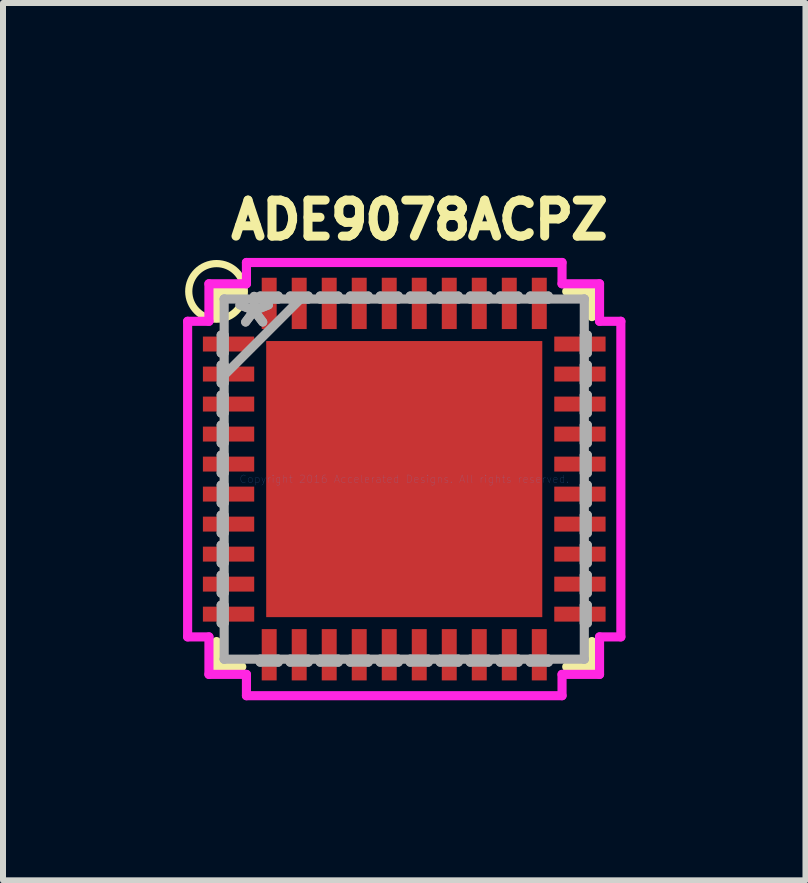
<source format=kicad_pcb>
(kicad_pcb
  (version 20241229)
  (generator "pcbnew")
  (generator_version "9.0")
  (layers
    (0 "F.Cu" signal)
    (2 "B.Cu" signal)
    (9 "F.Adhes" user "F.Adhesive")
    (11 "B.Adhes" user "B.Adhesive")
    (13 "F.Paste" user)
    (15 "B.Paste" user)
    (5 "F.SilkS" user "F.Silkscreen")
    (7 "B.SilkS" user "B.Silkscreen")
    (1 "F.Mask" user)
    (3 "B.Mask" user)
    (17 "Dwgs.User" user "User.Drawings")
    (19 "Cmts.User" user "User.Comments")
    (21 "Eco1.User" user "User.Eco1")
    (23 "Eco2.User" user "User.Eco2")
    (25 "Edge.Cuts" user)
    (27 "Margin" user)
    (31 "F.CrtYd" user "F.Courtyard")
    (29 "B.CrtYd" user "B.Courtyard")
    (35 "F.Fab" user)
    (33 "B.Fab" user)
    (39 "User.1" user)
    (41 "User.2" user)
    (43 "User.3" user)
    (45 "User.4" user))
  (footprint "ADE9078ACPZ"
    (layer "F.Cu")
    (at 3.685 4.932)
    (property "Reference" "ADE9078ACPZ" (at 0.254 -4.318 0) (layer "F.SilkS") (effects (font (size 0.6 0.6) (thickness 0.15))))
    (attr smd)
    (fp_line (start -3.127 -3.127) (end -3.127 -2.707) (stroke (width 0.152) (type solid)) (layer "F.SilkS"))
    (fp_line (start -3.127 2.707) (end -3.127 3.127) (stroke (width 0.152) (type solid)) (layer "F.SilkS"))
    (fp_line (start -3.127 3.127) (end -2.707 3.127) (stroke (width 0.152) (type solid)) (layer "F.SilkS"))
    (fp_line (start -2.707 -3.127) (end -3.127 -3.127) (stroke (width 0.152) (type solid)) (layer "F.SilkS"))
    (fp_line (start 2.707 3.127) (end 3.127 3.127) (stroke (width 0.152) (type solid)) (layer "F.SilkS"))
    (fp_line (start 3.127 -3.127) (end 2.707 -3.127) (stroke (width 0.152) (type solid)) (layer "F.SilkS"))
    (fp_line (start 3.127 -2.707) (end 3.127 -3.127) (stroke (width 0.152) (type solid)) (layer "F.SilkS"))
    (fp_line (start 3.127 3.127) (end 3.127 2.707) (stroke (width 0.152) (type solid)) (layer "F.SilkS"))
    (fp_circle (center -3.127 -3.127) (end -3.556 -3.302) (stroke (width 0.12) (type solid)) (fill no) (layer "F.SilkS"))
    (fp_line (start -2.2 -2.2) (end -2.2 -0.867) (stroke (width 0.152) (type solid)) (layer "F.Paste"))
    (fp_line (start -2.2 -0.867) (end -0.867 -0.867) (stroke (width 0.152) (type solid)) (layer "F.Paste"))
    (fp_line (start -2.2 -0.667) (end -2.2 0.667) (stroke (width 0.152) (type solid)) (layer "F.Paste"))
    (fp_line (start -2.2 0.667) (end -0.867 0.667) (stroke (width 0.152) (type solid)) (layer "F.Paste"))
    (fp_line (start -2.2 0.867) (end -2.2 2.2) (stroke (width 0.152) (type solid)) (layer "F.Paste"))
    (fp_line (start -2.2 2.2) (end -0.867 2.2) (stroke (width 0.152) (type solid)) (layer "F.Paste"))
    (fp_line (start -0.867 -2.2) (end -2.2 -2.2) (stroke (width 0.152) (type solid)) (layer "F.Paste"))
    (fp_line (start -0.867 -0.867) (end -0.867 -2.2) (stroke (width 0.152) (type solid)) (layer "F.Paste"))
    (fp_line (start -0.867 -0.667) (end -2.2 -0.667) (stroke (width 0.152) (type solid)) (layer "F.Paste"))
    (fp_line (start -0.867 0.667) (end -0.867 -0.667) (stroke (width 0.152) (type solid)) (layer "F.Paste"))
    (fp_line (start -0.867 0.867) (end -2.2 0.867) (stroke (width 0.152) (type solid)) (layer "F.Paste"))
    (fp_line (start -0.867 2.2) (end -0.867 0.867) (stroke (width 0.152) (type solid)) (layer "F.Paste"))
    (fp_line (start -0.667 -2.2) (end -0.667 -0.867) (stroke (width 0.152) (type solid)) (layer "F.Paste"))
    (fp_line (start -0.667 -0.867) (end 0.667 -0.867) (stroke (width 0.152) (type solid)) (layer "F.Paste"))
    (fp_line (start -0.667 -0.667) (end -0.667 0.667) (stroke (width 0.152) (type solid)) (layer "F.Paste"))
    (fp_line (start -0.667 0.667) (end 0.667 0.667) (stroke (width 0.152) (type solid)) (layer "F.Paste"))
    (fp_line (start -0.667 0.867) (end -0.667 2.2) (stroke (width 0.152) (type solid)) (layer "F.Paste"))
    (fp_line (start -0.667 2.2) (end 0.667 2.2) (stroke (width 0.152) (type solid)) (layer "F.Paste"))
    (fp_line (start 0.667 -2.2) (end -0.667 -2.2) (stroke (width 0.152) (type solid)) (layer "F.Paste"))
    (fp_line (start 0.667 -0.867) (end 0.667 -2.2) (stroke (width 0.152) (type solid)) (layer "F.Paste"))
    (fp_line (start 0.667 -0.667) (end -0.667 -0.667) (stroke (width 0.152) (type solid)) (layer "F.Paste"))
    (fp_line (start 0.667 0.667) (end 0.667 -0.667) (stroke (width 0.152) (type solid)) (layer "F.Paste"))
    (fp_line (start 0.667 0.867) (end -0.667 0.867) (stroke (width 0.152) (type solid)) (layer "F.Paste"))
    (fp_line (start 0.667 2.2) (end 0.667 0.867) (stroke (width 0.152) (type solid)) (layer "F.Paste"))
    (fp_line (start 0.867 -2.2) (end 0.867 -0.867) (stroke (width 0.152) (type solid)) (layer "F.Paste"))
    (fp_line (start 0.867 -0.867) (end 2.2 -0.867) (stroke (width 0.152) (type solid)) (layer "F.Paste"))
    (fp_line (start 0.867 -0.667) (end 0.867 0.667) (stroke (width 0.152) (type solid)) (layer "F.Paste"))
    (fp_line (start 0.867 0.667) (end 2.2 0.667) (stroke (width 0.152) (type solid)) (layer "F.Paste"))
    (fp_line (start 0.867 0.867) (end 0.867 2.2) (stroke (width 0.152) (type solid)) (layer "F.Paste"))
    (fp_line (start 0.867 2.2) (end 2.2 2.2) (stroke (width 0.152) (type solid)) (layer "F.Paste"))
    (fp_line (start 2.2 -2.2) (end 0.867 -2.2) (stroke (width 0.152) (type solid)) (layer "F.Paste"))
    (fp_line (start 2.2 -0.867) (end 2.2 -2.2) (stroke (width 0.152) (type solid)) (layer "F.Paste"))
    (fp_line (start 2.2 -0.667) (end 0.867 -0.667) (stroke (width 0.152) (type solid)) (layer "F.Paste"))
    (fp_line (start 2.2 0.667) (end 2.2 -0.667) (stroke (width 0.152) (type solid)) (layer "F.Paste"))
    (fp_line (start 2.2 0.867) (end 0.867 0.867) (stroke (width 0.152) (type solid)) (layer "F.Paste"))
    (fp_line (start 2.2 2.2) (end 2.2 0.867) (stroke (width 0.152) (type solid)) (layer "F.Paste"))
    (fp_line (start -3.609 -2.629) (end -3.254 -2.629) (stroke (width 0.152) (type solid)) (layer "F.CrtYd"))
    (fp_line (start -3.609 2.629) (end -3.609 -2.629) (stroke (width 0.152) (type solid)) (layer "F.CrtYd"))
    (fp_line (start -3.254 -3.254) (end -2.629 -3.254) (stroke (width 0.152) (type solid)) (layer "F.CrtYd"))
    (fp_line (start -3.254 -2.629) (end -3.254 -3.254) (stroke (width 0.152) (type solid)) (layer "F.CrtYd"))
    (fp_line (start -3.254 2.629) (end -3.609 2.629) (stroke (width 0.152) (type solid)) (layer "F.CrtYd"))
    (fp_line (start -3.254 3.254) (end -3.254 2.629) (stroke (width 0.152) (type solid)) (layer "F.CrtYd"))
    (fp_line (start -2.629 -3.609) (end 2.629 -3.609) (stroke (width 0.152) (type solid)) (layer "F.CrtYd"))
    (fp_line (start -2.629 -3.254) (end -2.629 -3.609) (stroke (width 0.152) (type solid)) (layer "F.CrtYd"))
    (fp_line (start -2.629 3.254) (end -3.254 3.254) (stroke (width 0.152) (type solid)) (layer "F.CrtYd"))
    (fp_line (start -2.629 3.609) (end -2.629 3.254) (stroke (width 0.152) (type solid)) (layer "F.CrtYd"))
    (fp_line (start 2.629 -3.609) (end 2.629 -3.254) (stroke (width 0.152) (type solid)) (layer "F.CrtYd"))
    (fp_line (start 2.629 -3.254) (end 3.254 -3.254) (stroke (width 0.152) (type solid)) (layer "F.CrtYd"))
    (fp_line (start 2.629 3.254) (end 2.629 3.609) (stroke (width 0.152) (type solid)) (layer "F.CrtYd"))
    (fp_line (start 2.629 3.609) (end -2.629 3.609) (stroke (width 0.152) (type solid)) (layer "F.CrtYd"))
    (fp_line (start 3.254 -3.254) (end 3.254 -2.629) (stroke (width 0.152) (type solid)) (layer "F.CrtYd"))
    (fp_line (start 3.254 -2.629) (end 3.609 -2.629) (stroke (width 0.152) (type solid)) (layer "F.CrtYd"))
    (fp_line (start 3.254 2.629) (end 3.254 3.254) (stroke (width 0.152) (type solid)) (layer "F.CrtYd"))
    (fp_line (start 3.254 3.254) (end 2.629 3.254) (stroke (width 0.152) (type solid)) (layer "F.CrtYd"))
    (fp_line (start 3.609 -2.629) (end 3.609 2.629) (stroke (width 0.152) (type solid)) (layer "F.CrtYd"))
    (fp_line (start 3.609 2.629) (end 3.254 2.629) (stroke (width 0.152) (type solid)) (layer "F.CrtYd"))
    (fp_line (start -3.05 -2.4) (end -3.05 -2.1) (stroke (width 0.152) (type solid)) (layer "F.Fab"))
    (fp_line (start -3.05 -2.1) (end -3 -2.1) (stroke (width 0.152) (type solid)) (layer "F.Fab"))
    (fp_line (start -3.05 -1.9) (end -3.05 -1.6) (stroke (width 0.152) (type solid)) (layer "F.Fab"))
    (fp_line (start -3.05 -1.6) (end -3 -1.6) (stroke (width 0.152) (type solid)) (layer "F.Fab"))
    (fp_line (start -3.05 -1.4) (end -3.05 -1.1) (stroke (width 0.152) (type solid)) (layer "F.Fab"))
    (fp_line (start -3.05 -1.1) (end -3 -1.1) (stroke (width 0.152) (type solid)) (layer "F.Fab"))
    (fp_line (start -3.05 -0.9) (end -3.05 -0.6) (stroke (width 0.152) (type solid)) (layer "F.Fab"))
    (fp_line (start -3.05 -0.6) (end -3 -0.6) (stroke (width 0.152) (type solid)) (layer "F.Fab"))
    (fp_line (start -3.05 -0.4) (end -3.05 -0.1) (stroke (width 0.152) (type solid)) (layer "F.Fab"))
    (fp_line (start -3.05 -0.1) (end -3 -0.1) (stroke (width 0.152) (type solid)) (layer "F.Fab"))
    (fp_line (start -3.05 0.1) (end -3.05 0.4) (stroke (width 0.152) (type solid)) (layer "F.Fab"))
    (fp_line (start -3.05 0.4) (end -3 0.4) (stroke (width 0.152) (type solid)) (layer "F.Fab"))
    (fp_line (start -3.05 0.6) (end -3.05 0.9) (stroke (width 0.152) (type solid)) (layer "F.Fab"))
    (fp_line (start -3.05 0.9) (end -3 0.9) (stroke (width 0.152) (type solid)) (layer "F.Fab"))
    (fp_line (start -3.05 1.1) (end -3.05 1.4) (stroke (width 0.152) (type solid)) (layer "F.Fab"))
    (fp_line (start -3.05 1.4) (end -3 1.4) (stroke (width 0.152) (type solid)) (layer "F.Fab"))
    (fp_line (start -3.05 1.6) (end -3.05 1.9) (stroke (width 0.152) (type solid)) (layer "F.Fab"))
    (fp_line (start -3.05 1.9) (end -3 1.9) (stroke (width 0.152) (type solid)) (layer "F.Fab"))
    (fp_line (start -3.05 2.1) (end -3.05 2.4) (stroke (width 0.152) (type solid)) (layer "F.Fab"))
    (fp_line (start -3.05 2.4) (end -3 2.4) (stroke (width 0.152) (type solid)) (layer "F.Fab"))
    (fp_line (start -3 -3) (end -3 -3) (stroke (width 0.152) (type solid)) (layer "F.Fab"))
    (fp_line (start -3 -3) (end -3 3) (stroke (width 0.152) (type solid)) (layer "F.Fab"))
    (fp_line (start -3 -2.4) (end -3.05 -2.4) (stroke (width 0.152) (type solid)) (layer "F.Fab"))
    (fp_line (start -3 -2.1) (end -3 -2.4) (stroke (width 0.152) (type solid)) (layer "F.Fab"))
    (fp_line (start -3 -1.9) (end -3.05 -1.9) (stroke (width 0.152) (type solid)) (layer "F.Fab"))
    (fp_line (start -3 -1.73) (end -1.73 -3) (stroke (width 0.152) (type solid)) (layer "F.Fab"))
    (fp_line (start -3 -1.6) (end -3 -1.9) (stroke (width 0.152) (type solid)) (layer "F.Fab"))
    (fp_line (start -3 -1.4) (end -3.05 -1.4) (stroke (width 0.152) (type solid)) (layer "F.Fab"))
    (fp_line (start -3 -1.1) (end -3 -1.4) (stroke (width 0.152) (type solid)) (layer "F.Fab"))
    (fp_line (start -3 -0.9) (end -3.05 -0.9) (stroke (width 0.152) (type solid)) (layer "F.Fab"))
    (fp_line (start -3 -0.6) (end -3 -0.9) (stroke (width 0.152) (type solid)) (layer "F.Fab"))
    (fp_line (start -3 -0.4) (end -3.05 -0.4) (stroke (width 0.152) (type solid)) (layer "F.Fab"))
    (fp_line (start -3 -0.1) (end -3 -0.4) (stroke (width 0.152) (type solid)) (layer "F.Fab"))
    (fp_line (start -3 0.1) (end -3.05 0.1) (stroke (width 0.152) (type solid)) (layer "F.Fab"))
    (fp_line (start -3 0.4) (end -3 0.1) (stroke (width 0.152) (type solid)) (layer "F.Fab"))
    (fp_line (start -3 0.6) (end -3.05 0.6) (stroke (width 0.152) (type solid)) (layer "F.Fab"))
    (fp_line (start -3 0.9) (end -3 0.6) (stroke (width 0.152) (type solid)) (layer "F.Fab"))
    (fp_line (start -3 1.1) (end -3.05 1.1) (stroke (width 0.152) (type solid)) (layer "F.Fab"))
    (fp_line (start -3 1.4) (end -3 1.1) (stroke (width 0.152) (type solid)) (layer "F.Fab"))
    (fp_line (start -3 1.6) (end -3.05 1.6) (stroke (width 0.152) (type solid)) (layer "F.Fab"))
    (fp_line (start -3 1.9) (end -3 1.6) (stroke (width 0.152) (type solid)) (layer "F.Fab"))
    (fp_line (start -3 2.1) (end -3.05 2.1) (stroke (width 0.152) (type solid)) (layer "F.Fab"))
    (fp_line (start -3 2.4) (end -3 2.1) (stroke (width 0.152) (type solid)) (layer "F.Fab"))
    (fp_line (start -3 3) (end -3 3) (stroke (width 0.152) (type solid)) (layer "F.Fab"))
    (fp_line (start -3 3) (end 3 3) (stroke (width 0.152) (type solid)) (layer "F.Fab"))
    (fp_line (start -2.4 -3.05) (end -2.4 -3) (stroke (width 0.152) (type solid)) (layer "F.Fab"))
    (fp_line (start -2.4 -3) (end -2.1 -3) (stroke (width 0.152) (type solid)) (layer "F.Fab"))
    (fp_line (start -2.4 3) (end -2.4 3.05) (stroke (width 0.152) (type solid)) (layer "F.Fab"))
    (fp_line (start -2.4 3.05) (end -2.1 3.05) (stroke (width 0.152) (type solid)) (layer "F.Fab"))
    (fp_line (start -2.1 -3.05) (end -2.4 -3.05) (stroke (width 0.152) (type solid)) (layer "F.Fab"))
    (fp_line (start -2.1 -3) (end -2.1 -3.05) (stroke (width 0.152) (type solid)) (layer "F.Fab"))
    (fp_line (start -2.1 3) (end -2.4 3) (stroke (width 0.152) (type solid)) (layer "F.Fab"))
    (fp_line (start -2.1 3.05) (end -2.1 3) (stroke (width 0.152) (type solid)) (layer "F.Fab"))
    (fp_line (start -1.9 -3.05) (end -1.9 -3) (stroke (width 0.152) (type solid)) (layer "F.Fab"))
    (fp_line (start -1.9 -3) (end -1.6 -3) (stroke (width 0.152) (type solid)) (layer "F.Fab"))
    (fp_line (start -1.9 3) (end -1.9 3.05) (stroke (width 0.152) (type solid)) (layer "F.Fab"))
    (fp_line (start -1.9 3.05) (end -1.6 3.05) (stroke (width 0.152) (type solid)) (layer "F.Fab"))
    (fp_line (start -1.6 -3.05) (end -1.9 -3.05) (stroke (width 0.152) (type solid)) (layer "F.Fab"))
    (fp_line (start -1.6 -3) (end -1.6 -3.05) (stroke (width 0.152) (type solid)) (layer "F.Fab"))
    (fp_line (start -1.6 3) (end -1.9 3) (stroke (width 0.152) (type solid)) (layer "F.Fab"))
    (fp_line (start -1.6 3.05) (end -1.6 3) (stroke (width 0.152) (type solid)) (layer "F.Fab"))
    (fp_line (start -1.4 -3.05) (end -1.4 -3) (stroke (width 0.152) (type solid)) (layer "F.Fab"))
    (fp_line (start -1.4 -3) (end -1.1 -3) (stroke (width 0.152) (type solid)) (layer "F.Fab"))
    (fp_line (start -1.4 3) (end -1.4 3.05) (stroke (width 0.152) (type solid)) (layer "F.Fab"))
    (fp_line (start -1.4 3.05) (end -1.1 3.05) (stroke (width 0.152) (type solid)) (layer "F.Fab"))
    (fp_line (start -1.1 -3.05) (end -1.4 -3.05) (stroke (width 0.152) (type solid)) (layer "F.Fab"))
    (fp_line (start -1.1 -3) (end -1.1 -3.05) (stroke (width 0.152) (type solid)) (layer "F.Fab"))
    (fp_line (start -1.1 3) (end -1.4 3) (stroke (width 0.152) (type solid)) (layer "F.Fab"))
    (fp_line (start -1.1 3.05) (end -1.1 3) (stroke (width 0.152) (type solid)) (layer "F.Fab"))
    (fp_line (start -0.9 -3.05) (end -0.9 -3) (stroke (width 0.152) (type solid)) (layer "F.Fab"))
    (fp_line (start -0.9 -3) (end -0.6 -3) (stroke (width 0.152) (type solid)) (layer "F.Fab"))
    (fp_line (start -0.9 3) (end -0.9 3.05) (stroke (width 0.152) (type solid)) (layer "F.Fab"))
    (fp_line (start -0.9 3.05) (end -0.6 3.05) (stroke (width 0.152) (type solid)) (layer "F.Fab"))
    (fp_line (start -0.6 -3.05) (end -0.9 -3.05) (stroke (width 0.152) (type solid)) (layer "F.Fab"))
    (fp_line (start -0.6 -3) (end -0.6 -3.05) (stroke (width 0.152) (type solid)) (layer "F.Fab"))
    (fp_line (start -0.6 3) (end -0.9 3) (stroke (width 0.152) (type solid)) (layer "F.Fab"))
    (fp_line (start -0.6 3.05) (end -0.6 3) (stroke (width 0.152) (type solid)) (layer "F.Fab"))
    (fp_line (start -0.4 -3.05) (end -0.4 -3) (stroke (width 0.152) (type solid)) (layer "F.Fab"))
    (fp_line (start -0.4 -3) (end -0.1 -3) (stroke (width 0.152) (type solid)) (layer "F.Fab"))
    (fp_line (start -0.4 3) (end -0.4 3.05) (stroke (width 0.152) (type solid)) (layer "F.Fab"))
    (fp_line (start -0.4 3.05) (end -0.1 3.05) (stroke (width 0.152) (type solid)) (layer "F.Fab"))
    (fp_line (start -0.1 -3.05) (end -0.4 -3.05) (stroke (width 0.152) (type solid)) (layer "F.Fab"))
    (fp_line (start -0.1 -3) (end -0.1 -3.05) (stroke (width 0.152) (type solid)) (layer "F.Fab"))
    (fp_line (start -0.1 3) (end -0.4 3) (stroke (width 0.152) (type solid)) (layer "F.Fab"))
    (fp_line (start -0.1 3.05) (end -0.1 3) (stroke (width 0.152) (type solid)) (layer "F.Fab"))
    (fp_line (start 0.1 -3.05) (end 0.1 -3) (stroke (width 0.152) (type solid)) (layer "F.Fab"))
    (fp_line (start 0.1 -3) (end 0.4 -3) (stroke (width 0.152) (type solid)) (layer "F.Fab"))
    (fp_line (start 0.1 3) (end 0.1 3.05) (stroke (width 0.152) (type solid)) (layer "F.Fab"))
    (fp_line (start 0.1 3.05) (end 0.4 3.05) (stroke (width 0.152) (type solid)) (layer "F.Fab"))
    (fp_line (start 0.4 -3.05) (end 0.1 -3.05) (stroke (width 0.152) (type solid)) (layer "F.Fab"))
    (fp_line (start 0.4 -3) (end 0.4 -3.05) (stroke (width 0.152) (type solid)) (layer "F.Fab"))
    (fp_line (start 0.4 3) (end 0.1 3) (stroke (width 0.152) (type solid)) (layer "F.Fab"))
    (fp_line (start 0.4 3.05) (end 0.4 3) (stroke (width 0.152) (type solid)) (layer "F.Fab"))
    (fp_line (start 0.6 -3.05) (end 0.6 -3) (stroke (width 0.152) (type solid)) (layer "F.Fab"))
    (fp_line (start 0.6 -3) (end 0.9 -3) (stroke (width 0.152) (type solid)) (layer "F.Fab"))
    (fp_line (start 0.6 3) (end 0.6 3.05) (stroke (width 0.152) (type solid)) (layer "F.Fab"))
    (fp_line (start 0.6 3.05) (end 0.9 3.05) (stroke (width 0.152) (type solid)) (layer "F.Fab"))
    (fp_line (start 0.9 -3.05) (end 0.6 -3.05) (stroke (width 0.152) (type solid)) (layer "F.Fab"))
    (fp_line (start 0.9 -3) (end 0.9 -3.05) (stroke (width 0.152) (type solid)) (layer "F.Fab"))
    (fp_line (start 0.9 3) (end 0.6 3) (stroke (width 0.152) (type solid)) (layer "F.Fab"))
    (fp_line (start 0.9 3.05) (end 0.9 3) (stroke (width 0.152) (type solid)) (layer "F.Fab"))
    (fp_line (start 1.1 -3.05) (end 1.1 -3) (stroke (width 0.152) (type solid)) (layer "F.Fab"))
    (fp_line (start 1.1 -3) (end 1.4 -3) (stroke (width 0.152) (type solid)) (layer "F.Fab"))
    (fp_line (start 1.1 3) (end 1.1 3.05) (stroke (width 0.152) (type solid)) (layer "F.Fab"))
    (fp_line (start 1.1 3.05) (end 1.4 3.05) (stroke (width 0.152) (type solid)) (layer "F.Fab"))
    (fp_line (start 1.4 -3.05) (end 1.1 -3.05) (stroke (width 0.152) (type solid)) (layer "F.Fab"))
    (fp_line (start 1.4 -3) (end 1.4 -3.05) (stroke (width 0.152) (type solid)) (layer "F.Fab"))
    (fp_line (start 1.4 3) (end 1.1 3) (stroke (width 0.152) (type solid)) (layer "F.Fab"))
    (fp_line (start 1.4 3.05) (end 1.4 3) (stroke (width 0.152) (type solid)) (layer "F.Fab"))
    (fp_line (start 1.6 -3.05) (end 1.6 -3) (stroke (width 0.152) (type solid)) (layer "F.Fab"))
    (fp_line (start 1.6 -3) (end 1.9 -3) (stroke (width 0.152) (type solid)) (layer "F.Fab"))
    (fp_line (start 1.6 3) (end 1.6 3.05) (stroke (width 0.152) (type solid)) (layer "F.Fab"))
    (fp_line (start 1.6 3.05) (end 1.9 3.05) (stroke (width 0.152) (type solid)) (layer "F.Fab"))
    (fp_line (start 1.9 -3.05) (end 1.6 -3.05) (stroke (width 0.152) (type solid)) (layer "F.Fab"))
    (fp_line (start 1.9 -3) (end 1.9 -3.05) (stroke (width 0.152) (type solid)) (layer "F.Fab"))
    (fp_line (start 1.9 3) (end 1.6 3) (stroke (width 0.152) (type solid)) (layer "F.Fab"))
    (fp_line (start 1.9 3.05) (end 1.9 3) (stroke (width 0.152) (type solid)) (layer "F.Fab"))
    (fp_line (start 2.1 -3.05) (end 2.1 -3) (stroke (width 0.152) (type solid)) (layer "F.Fab"))
    (fp_line (start 2.1 -3) (end 2.4 -3) (stroke (width 0.152) (type solid)) (layer "F.Fab"))
    (fp_line (start 2.1 3) (end 2.1 3.05) (stroke (width 0.152) (type solid)) (layer "F.Fab"))
    (fp_line (start 2.1 3.05) (end 2.4 3.05) (stroke (width 0.152) (type solid)) (layer "F.Fab"))
    (fp_line (start 2.4 -3.05) (end 2.1 -3.05) (stroke (width 0.152) (type solid)) (layer "F.Fab"))
    (fp_line (start 2.4 -3) (end 2.4 -3.05) (stroke (width 0.152) (type solid)) (layer "F.Fab"))
    (fp_line (start 2.4 3) (end 2.1 3) (stroke (width 0.152) (type solid)) (layer "F.Fab"))
    (fp_line (start 2.4 3.05) (end 2.4 3) (stroke (width 0.152) (type solid)) (layer "F.Fab"))
    (fp_line (start 3 -3) (end -3 -3) (stroke (width 0.152) (type solid)) (layer "F.Fab"))
    (fp_line (start 3 -3) (end 3 -3) (stroke (width 0.152) (type solid)) (layer "F.Fab"))
    (fp_line (start 3 -2.4) (end 3 -2.1) (stroke (width 0.152) (type solid)) (layer "F.Fab"))
    (fp_line (start 3 -2.1) (end 3.05 -2.1) (stroke (width 0.152) (type solid)) (layer "F.Fab"))
    (fp_line (start 3 -1.9) (end 3 -1.6) (stroke (width 0.152) (type solid)) (layer "F.Fab"))
    (fp_line (start 3 -1.6) (end 3.05 -1.6) (stroke (width 0.152) (type solid)) (layer "F.Fab"))
    (fp_line (start 3 -1.4) (end 3 -1.1) (stroke (width 0.152) (type solid)) (layer "F.Fab"))
    (fp_line (start 3 -1.1) (end 3.05 -1.1) (stroke (width 0.152) (type solid)) (layer "F.Fab"))
    (fp_line (start 3 -0.9) (end 3 -0.6) (stroke (width 0.152) (type solid)) (layer "F.Fab"))
    (fp_line (start 3 -0.6) (end 3.05 -0.6) (stroke (width 0.152) (type solid)) (layer "F.Fab"))
    (fp_line (start 3 -0.4) (end 3 -0.1) (stroke (width 0.152) (type solid)) (layer "F.Fab"))
    (fp_line (start 3 -0.1) (end 3.05 -0.1) (stroke (width 0.152) (type solid)) (layer "F.Fab"))
    (fp_line (start 3 0.1) (end 3 0.4) (stroke (width 0.152) (type solid)) (layer "F.Fab"))
    (fp_line (start 3 0.4) (end 3.05 0.4) (stroke (width 0.152) (type solid)) (layer "F.Fab"))
    (fp_line (start 3 0.6) (end 3 0.9) (stroke (width 0.152) (type solid)) (layer "F.Fab"))
    (fp_line (start 3 0.9) (end 3.05 0.9) (stroke (width 0.152) (type solid)) (layer "F.Fab"))
    (fp_line (start 3 1.1) (end 3 1.4) (stroke (width 0.152) (type solid)) (layer "F.Fab"))
    (fp_line (start 3 1.4) (end 3.05 1.4) (stroke (width 0.152) (type solid)) (layer "F.Fab"))
    (fp_line (start 3 1.6) (end 3 1.9) (stroke (width 0.152) (type solid)) (layer "F.Fab"))
    (fp_line (start 3 1.9) (end 3.05 1.9) (stroke (width 0.152) (type solid)) (layer "F.Fab"))
    (fp_line (start 3 2.1) (end 3 2.4) (stroke (width 0.152) (type solid)) (layer "F.Fab"))
    (fp_line (start 3 2.4) (end 3.05 2.4) (stroke (width 0.152) (type solid)) (layer "F.Fab"))
    (fp_line (start 3 3) (end 3 -3) (stroke (width 0.152) (type solid)) (layer "F.Fab"))
    (fp_line (start 3 3) (end 3 3) (stroke (width 0.152) (type solid)) (layer "F.Fab"))
    (fp_line (start 3.05 -2.4) (end 3 -2.4) (stroke (width 0.152) (type solid)) (layer "F.Fab"))
    (fp_line (start 3.05 -2.1) (end 3.05 -2.4) (stroke (width 0.152) (type solid)) (layer "F.Fab"))
    (fp_line (start 3.05 -1.9) (end 3 -1.9) (stroke (width 0.152) (type solid)) (layer "F.Fab"))
    (fp_line (start 3.05 -1.6) (end 3.05 -1.9) (stroke (width 0.152) (type solid)) (layer "F.Fab"))
    (fp_line (start 3.05 -1.4) (end 3 -1.4) (stroke (width 0.152) (type solid)) (layer "F.Fab"))
    (fp_line (start 3.05 -1.1) (end 3.05 -1.4) (stroke (width 0.152) (type solid)) (layer "F.Fab"))
    (fp_line (start 3.05 -0.9) (end 3 -0.9) (stroke (width 0.152) (type solid)) (layer "F.Fab"))
    (fp_line (start 3.05 -0.6) (end 3.05 -0.9) (stroke (width 0.152) (type solid)) (layer "F.Fab"))
    (fp_line (start 3.05 -0.4) (end 3 -0.4) (stroke (width 0.152) (type solid)) (layer "F.Fab"))
    (fp_line (start 3.05 -0.1) (end 3.05 -0.4) (stroke (width 0.152) (type solid)) (layer "F.Fab"))
    (fp_line (start 3.05 0.1) (end 3 0.1) (stroke (width 0.152) (type solid)) (layer "F.Fab"))
    (fp_line (start 3.05 0.4) (end 3.05 0.1) (stroke (width 0.152) (type solid)) (layer "F.Fab"))
    (fp_line (start 3.05 0.6) (end 3 0.6) (stroke (width 0.152) (type solid)) (layer "F.Fab"))
    (fp_line (start 3.05 0.9) (end 3.05 0.6) (stroke (width 0.152) (type solid)) (layer "F.Fab"))
    (fp_line (start 3.05 1.1) (end 3 1.1) (stroke (width 0.152) (type solid)) (layer "F.Fab"))
    (fp_line (start 3.05 1.4) (end 3.05 1.1) (stroke (width 0.152) (type solid)) (layer "F.Fab"))
    (fp_line (start 3.05 1.6) (end 3 1.6) (stroke (width 0.152) (type solid)) (layer "F.Fab"))
    (fp_line (start 3.05 1.9) (end 3.05 1.6) (stroke (width 0.152) (type solid)) (layer "F.Fab"))
    (fp_line (start 3.05 2.1) (end 3 2.1) (stroke (width 0.152) (type solid)) (layer "F.Fab"))
    (fp_line (start 3.05 2.4) (end 3.05 2.1) (stroke (width 0.152) (type solid)) (layer "F.Fab"))
    (fp_text user "Copyright 2016 Accelerated Designs. All rights reserved." (at 0 0 0) (layer "Cmts.User") (effects (font (size 0.127 0.127) (thickness 0.002))))
    (fp_text user "*" (at -2.5 -2.5 0) (layer "F.Fab") (effects (font (size 1 1) (thickness 0.15))))
    (fp_text user "*" (at -2.5 -2.5 0) (layer "F.Fab") (effects (font (size 1 1) (thickness 0.15))))
    (pad "1" smd rect (at -2.927 -2.25 90) (size 0.249 0.855) (layers "F.Cu" "F.Mask" "F.Paste"))
    (pad "2" smd rect (at -2.927 -1.75 90) (size 0.249 0.855) (layers "F.Cu" "F.Mask" "F.Paste"))
    (pad "3" smd rect (at -2.927 -1.25 90) (size 0.249 0.855) (layers "F.Cu" "F.Mask" "F.Paste"))
    (pad "4" smd rect (at -2.927 -0.75 90) (size 0.249 0.855) (layers "F.Cu" "F.Mask" "F.Paste"))
    (pad "5" smd rect (at -2.927 -0.25 90) (size 0.249 0.855) (layers "F.Cu" "F.Mask" "F.Paste"))
    (pad "6" smd rect (at -2.927 0.25 90) (size 0.249 0.855) (layers "F.Cu" "F.Mask" "F.Paste"))
    (pad "7" smd rect (at -2.927 0.75 90) (size 0.249 0.855) (layers "F.Cu" "F.Mask" "F.Paste"))
    (pad "8" smd rect (at -2.927 1.25 90) (size 0.249 0.855) (layers "F.Cu" "F.Mask" "F.Paste"))
    (pad "9" smd rect (at -2.927 1.75 90) (size 0.249 0.855) (layers "F.Cu" "F.Mask" "F.Paste"))
    (pad "10" smd rect (at -2.927 2.25 90) (size 0.249 0.855) (layers "F.Cu" "F.Mask" "F.Paste"))
    (pad "11" smd rect (at -2.25 2.927) (size 0.249 0.855) (layers "F.Cu" "F.Mask" "F.Paste"))
    (pad "12" smd rect (at -1.75 2.927) (size 0.249 0.855) (layers "F.Cu" "F.Mask" "F.Paste"))
    (pad "13" smd rect (at -1.25 2.927) (size 0.249 0.855) (layers "F.Cu" "F.Mask" "F.Paste"))
    (pad "14" smd rect (at -0.75 2.927) (size 0.249 0.855) (layers "F.Cu" "F.Mask" "F.Paste"))
    (pad "15" smd rect (at -0.25 2.927) (size 0.249 0.855) (layers "F.Cu" "F.Mask" "F.Paste"))
    (pad "16" smd rect (at 0.25 2.927) (size 0.249 0.855) (layers "F.Cu" "F.Mask" "F.Paste"))
    (pad "17" smd rect (at 0.75 2.927) (size 0.249 0.855) (layers "F.Cu" "F.Mask" "F.Paste"))
    (pad "18" smd rect (at 1.25 2.927) (size 0.249 0.855) (layers "F.Cu" "F.Mask" "F.Paste"))
    (pad "19" smd rect (at 1.75 2.927) (size 0.249 0.855) (layers "F.Cu" "F.Mask" "F.Paste"))
    (pad "20" smd rect (at 2.25 2.927) (size 0.249 0.855) (layers "F.Cu" "F.Mask" "F.Paste"))
    (pad "21" smd rect (at 2.927 2.25 90) (size 0.249 0.855) (layers "F.Cu" "F.Mask" "F.Paste"))
    (pad "22" smd rect (at 2.927 1.75 90) (size 0.249 0.855) (layers "F.Cu" "F.Mask" "F.Paste"))
    (pad "23" smd rect (at 2.927 1.25 90) (size 0.249 0.855) (layers "F.Cu" "F.Mask" "F.Paste"))
    (pad "24" smd rect (at 2.927 0.75 90) (size 0.249 0.855) (layers "F.Cu" "F.Mask" "F.Paste"))
    (pad "25" smd rect (at 2.927 0.25 90) (size 0.249 0.855) (layers "F.Cu" "F.Mask" "F.Paste"))
    (pad "26" smd rect (at 2.927 -0.25 90) (size 0.249 0.855) (layers "F.Cu" "F.Mask" "F.Paste"))
    (pad "27" smd rect (at 2.927 -0.75 90) (size 0.249 0.855) (layers "F.Cu" "F.Mask" "F.Paste"))
    (pad "28" smd rect (at 2.927 -1.25 90) (size 0.249 0.855) (layers "F.Cu" "F.Mask" "F.Paste"))
    (pad "29" smd rect (at 2.927 -1.75 90) (size 0.249 0.855) (layers "F.Cu" "F.Mask" "F.Paste"))
    (pad "30" smd rect (at 2.927 -2.25 90) (size 0.249 0.855) (layers "F.Cu" "F.Mask" "F.Paste"))
    (pad "31" smd rect (at 2.25 -2.927) (size 0.249 0.855) (layers "F.Cu" "F.Mask" "F.Paste"))
    (pad "32" smd rect (at 1.75 -2.927) (size 0.249 0.855) (layers "F.Cu" "F.Mask" "F.Paste"))
    (pad "33" smd rect (at 1.25 -2.927) (size 0.249 0.855) (layers "F.Cu" "F.Mask" "F.Paste"))
    (pad "34" smd rect (at 0.75 -2.927) (size 0.249 0.855) (layers "F.Cu" "F.Mask" "F.Paste"))
    (pad "35" smd rect (at 0.25 -2.927) (size 0.249 0.855) (layers "F.Cu" "F.Mask" "F.Paste"))
    (pad "36" smd rect (at -0.25 -2.927) (size 0.249 0.855) (layers "F.Cu" "F.Mask" "F.Paste"))
    (pad "37" smd rect (at -0.75 -2.927) (size 0.249 0.855) (layers "F.Cu" "F.Mask" "F.Paste"))
    (pad "38" smd rect (at -1.25 -2.927) (size 0.249 0.855) (layers "F.Cu" "F.Mask" "F.Paste"))
    (pad "39" smd rect (at -1.75 -2.927) (size 0.249 0.855) (layers "F.Cu" "F.Mask" "F.Paste"))
    (pad "40" smd rect (at -2.25 -2.927) (size 0.249 0.855) (layers "F.Cu" "F.Mask" "F.Paste"))
    (pad "41" smd rect (at 0 0) (size 4.6 4.6) (layers "F.Cu" "F.Mask" "F.Paste")))
  (gr_rect
    (start -3 -3)
    (end 10.37 11.617)
    (stroke (width 0.1) (type default))
    (fill no)
    (layer "Edge.Cuts")))
</source>
